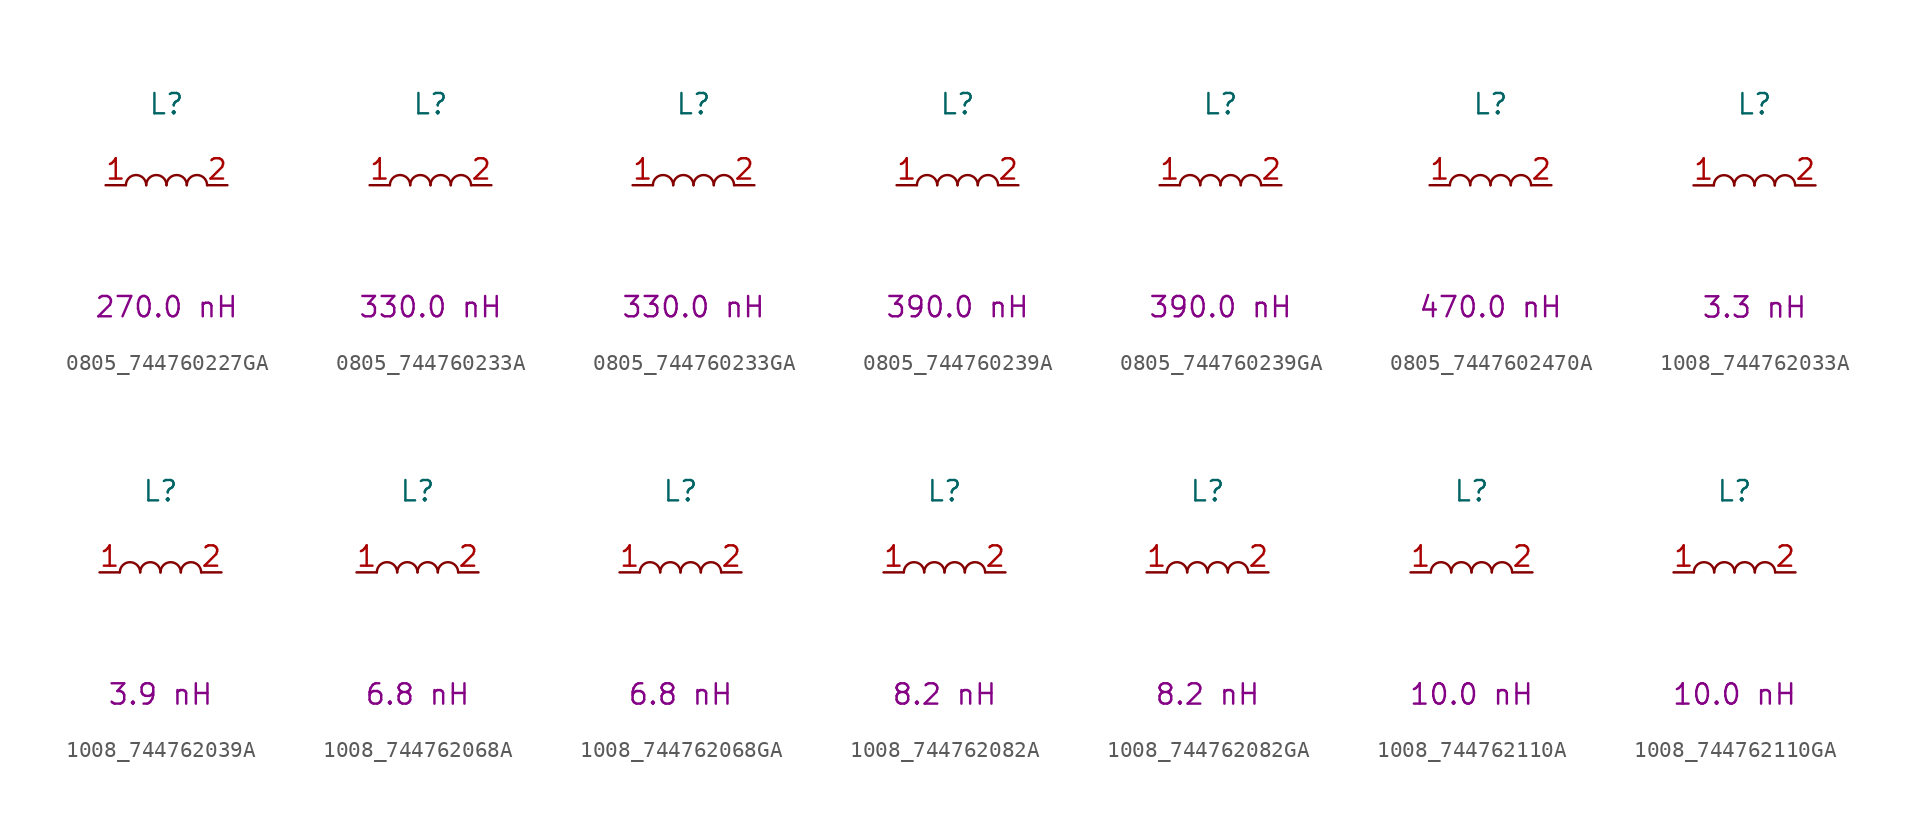
<source format=kicad_sym>
(kicad_symbol_lib
  (version 20220914)
  (generator kicad_symbol_editor)
  (symbol "0805_744760227GA"
    (pin_names hide)
    (property "Reference" "L"
      (at 0 5.08 0)
      (effects (font (size 1.27 1.27))))
    (property "Critical Parameter" "270.0 nH"
      (at 0 -7.62 0)
      (effects (font (size 1.27 1.27))))
    (symbol "0805_744760227GA_0_1"
      (arc (start -1.27 0) (mid -1.905 0.6323) (end -2.54 0) (stroke (width 0) (type default)) (fill (type none)))
      (arc (start 0 0) (mid -0.635 0.6323) (end -1.27 0) (stroke (width 0) (type default)) (fill (type none)))
      (arc (start 1.27 0) (mid 0.635 0.6323) (end 0 0) (stroke (width 0) (type default)) (fill (type none)))
      (arc (start 2.54 0) (mid 1.905 0.6323) (end 1.27 0) (stroke (width 0) (type default)) (fill (type none))))
    (symbol "0805_744760227GA_1_1"
      (pin passive line (at -3.81 0 0) (length 1.27) (name "1" (effects (font (size 1.27 1.27)))) (number "1" (effects (font (size 1.27 1.27)))))
      (pin passive line (at 3.81 0 180) (length 1.27) (name "2" (effects (font (size 1.27 1.27)))) (number "2" (effects (font (size 1.27 1.27)))))))
  (symbol "0805_744760233A"
    (pin_names hide)
    (property "Reference" "L"
      (at 0 5.08 0)
      (effects (font (size 1.27 1.27))))
    (property "Critical Parameter" "330.0 nH"
      (at 0 -7.62 0)
      (effects (font (size 1.27 1.27))))
    (symbol "0805_744760233A_0_1"
      (arc (start -1.27 0) (mid -1.905 0.6323) (end -2.54 0) (stroke (width 0) (type default)) (fill (type none)))
      (arc (start 0 0) (mid -0.635 0.6323) (end -1.27 0) (stroke (width 0) (type default)) (fill (type none)))
      (arc (start 1.27 0) (mid 0.635 0.6323) (end 0 0) (stroke (width 0) (type default)) (fill (type none)))
      (arc (start 2.54 0) (mid 1.905 0.6323) (end 1.27 0) (stroke (width 0) (type default)) (fill (type none))))
    (symbol "0805_744760233A_1_1"
      (pin passive line (at -3.81 0 0) (length 1.27) (name "1" (effects (font (size 1.27 1.27)))) (number "1" (effects (font (size 1.27 1.27)))))
      (pin passive line (at 3.81 0 180) (length 1.27) (name "2" (effects (font (size 1.27 1.27)))) (number "2" (effects (font (size 1.27 1.27)))))))
  (symbol "0805_744760233GA"
    (pin_names hide)
    (property "Reference" "L"
      (at 0 5.08 0)
      (effects (font (size 1.27 1.27))))
    (property "Critical Parameter" "330.0 nH"
      (at 0 -7.62 0)
      (effects (font (size 1.27 1.27))))
    (symbol "0805_744760233GA_0_1"
      (arc (start -1.27 0) (mid -1.905 0.6323) (end -2.54 0) (stroke (width 0) (type default)) (fill (type none)))
      (arc (start 0 0) (mid -0.635 0.6323) (end -1.27 0) (stroke (width 0) (type default)) (fill (type none)))
      (arc (start 1.27 0) (mid 0.635 0.6323) (end 0 0) (stroke (width 0) (type default)) (fill (type none)))
      (arc (start 2.54 0) (mid 1.905 0.6323) (end 1.27 0) (stroke (width 0) (type default)) (fill (type none))))
    (symbol "0805_744760233GA_1_1"
      (pin passive line (at -3.81 0 0) (length 1.27) (name "1" (effects (font (size 1.27 1.27)))) (number "1" (effects (font (size 1.27 1.27)))))
      (pin passive line (at 3.81 0 180) (length 1.27) (name "2" (effects (font (size 1.27 1.27)))) (number "2" (effects (font (size 1.27 1.27)))))))
  (symbol "0805_744760239A"
    (pin_names hide)
    (property "Reference" "L"
      (at 0 5.08 0)
      (effects (font (size 1.27 1.27))))
    (property "Critical Parameter" "390.0 nH"
      (at 0 -7.62 0)
      (effects (font (size 1.27 1.27))))
    (symbol "0805_744760239A_0_1"
      (arc (start -1.27 0) (mid -1.905 0.6323) (end -2.54 0) (stroke (width 0) (type default)) (fill (type none)))
      (arc (start 0 0) (mid -0.635 0.6323) (end -1.27 0) (stroke (width 0) (type default)) (fill (type none)))
      (arc (start 1.27 0) (mid 0.635 0.6323) (end 0 0) (stroke (width 0) (type default)) (fill (type none)))
      (arc (start 2.54 0) (mid 1.905 0.6323) (end 1.27 0) (stroke (width 0) (type default)) (fill (type none))))
    (symbol "0805_744760239A_1_1"
      (pin passive line (at -3.81 0 0) (length 1.27) (name "1" (effects (font (size 1.27 1.27)))) (number "1" (effects (font (size 1.27 1.27)))))
      (pin passive line (at 3.81 0 180) (length 1.27) (name "2" (effects (font (size 1.27 1.27)))) (number "2" (effects (font (size 1.27 1.27)))))))
  (symbol "0805_744760239GA"
    (pin_names hide)
    (property "Reference" "L"
      (at 0 5.08 0)
      (effects (font (size 1.27 1.27))))
    (property "Critical Parameter" "390.0 nH"
      (at 0 -7.62 0)
      (effects (font (size 1.27 1.27))))
    (symbol "0805_744760239GA_0_1"
      (arc (start -1.27 0) (mid -1.905 0.6323) (end -2.54 0) (stroke (width 0) (type default)) (fill (type none)))
      (arc (start 0 0) (mid -0.635 0.6323) (end -1.27 0) (stroke (width 0) (type default)) (fill (type none)))
      (arc (start 1.27 0) (mid 0.635 0.6323) (end 0 0) (stroke (width 0) (type default)) (fill (type none)))
      (arc (start 2.54 0) (mid 1.905 0.6323) (end 1.27 0) (stroke (width 0) (type default)) (fill (type none))))
    (symbol "0805_744760239GA_1_1"
      (pin passive line (at -3.81 0 0) (length 1.27) (name "1" (effects (font (size 1.27 1.27)))) (number "1" (effects (font (size 1.27 1.27)))))
      (pin passive line (at 3.81 0 180) (length 1.27) (name "2" (effects (font (size 1.27 1.27)))) (number "2" (effects (font (size 1.27 1.27)))))))
  (symbol "0805_7447602470A"
    (pin_names hide)
    (property "Reference" "L"
      (at 0 5.08 0)
      (effects (font (size 1.27 1.27))))
    (property "Critical Parameter" "470.0 nH"
      (at 0 -7.62 0)
      (effects (font (size 1.27 1.27))))
    (symbol "0805_7447602470A_0_1"
      (arc (start -1.27 0) (mid -1.905 0.6323) (end -2.54 0) (stroke (width 0) (type default)) (fill (type none)))
      (arc (start 0 0) (mid -0.635 0.6323) (end -1.27 0) (stroke (width 0) (type default)) (fill (type none)))
      (arc (start 1.27 0) (mid 0.635 0.6323) (end 0 0) (stroke (width 0) (type default)) (fill (type none)))
      (arc (start 2.54 0) (mid 1.905 0.6323) (end 1.27 0) (stroke (width 0) (type default)) (fill (type none))))
    (symbol "0805_7447602470A_1_1"
      (pin passive line (at -3.81 0 0) (length 1.27) (name "1" (effects (font (size 1.27 1.27)))) (number "1" (effects (font (size 1.27 1.27)))))
      (pin passive line (at 3.81 0 180) (length 1.27) (name "2" (effects (font (size 1.27 1.27)))) (number "2" (effects (font (size 1.27 1.27)))))))
  (symbol "1008_744762033A"
    (pin_names hide)
    (property "Reference" "L"
      (at 0 5.08 0)
      (effects (font (size 1.27 1.27))))
    (property "Critical Parameter" "3.3 nH"
      (at 0 -7.62 0)
      (effects (font (size 1.27 1.27))))
    (symbol "1008_744762033A_0_1"
      (arc (start -1.27 0) (mid -1.905 0.6323) (end -2.54 0) (stroke (width 0) (type default)) (fill (type none)))
      (arc (start 0 0) (mid -0.635 0.6323) (end -1.27 0) (stroke (width 0) (type default)) (fill (type none)))
      (arc (start 1.27 0) (mid 0.635 0.6323) (end 0 0) (stroke (width 0) (type default)) (fill (type none)))
      (arc (start 2.54 0) (mid 1.905 0.6323) (end 1.27 0) (stroke (width 0) (type default)) (fill (type none))))
    (symbol "1008_744762033A_1_1"
      (pin passive line (at -3.81 0 0) (length 1.27) (name "1" (effects (font (size 1.27 1.27)))) (number "1" (effects (font (size 1.27 1.27)))))
      (pin passive line (at 3.81 0 180) (length 1.27) (name "2" (effects (font (size 1.27 1.27)))) (number "2" (effects (font (size 1.27 1.27)))))))
  (symbol "1008_744762039A"
    (pin_names hide)
    (property "Reference" "L"
      (at 0 5.08 0)
      (effects (font (size 1.27 1.27))))
    (property "Critical Parameter" "3.9 nH"
      (at 0 -7.62 0)
      (effects (font (size 1.27 1.27))))
    (symbol "1008_744762039A_0_1"
      (arc (start -1.27 0) (mid -1.905 0.6323) (end -2.54 0) (stroke (width 0) (type default)) (fill (type none)))
      (arc (start 0 0) (mid -0.635 0.6323) (end -1.27 0) (stroke (width 0) (type default)) (fill (type none)))
      (arc (start 1.27 0) (mid 0.635 0.6323) (end 0 0) (stroke (width 0) (type default)) (fill (type none)))
      (arc (start 2.54 0) (mid 1.905 0.6323) (end 1.27 0) (stroke (width 0) (type default)) (fill (type none))))
    (symbol "1008_744762039A_1_1"
      (pin passive line (at -3.81 0 0) (length 1.27) (name "1" (effects (font (size 1.27 1.27)))) (number "1" (effects (font (size 1.27 1.27)))))
      (pin passive line (at 3.81 0 180) (length 1.27) (name "2" (effects (font (size 1.27 1.27)))) (number "2" (effects (font (size 1.27 1.27)))))))
  (symbol "1008_744762068A"
    (pin_names hide)
    (property "Reference" "L"
      (at 0 5.08 0)
      (effects (font (size 1.27 1.27))))
    (property "Critical Parameter" "6.8 nH"
      (at 0 -7.62 0)
      (effects (font (size 1.27 1.27))))
    (symbol "1008_744762068A_0_1"
      (arc (start -1.27 0) (mid -1.905 0.6323) (end -2.54 0) (stroke (width 0) (type default)) (fill (type none)))
      (arc (start 0 0) (mid -0.635 0.6323) (end -1.27 0) (stroke (width 0) (type default)) (fill (type none)))
      (arc (start 1.27 0) (mid 0.635 0.6323) (end 0 0) (stroke (width 0) (type default)) (fill (type none)))
      (arc (start 2.54 0) (mid 1.905 0.6323) (end 1.27 0) (stroke (width 0) (type default)) (fill (type none))))
    (symbol "1008_744762068A_1_1"
      (pin passive line (at -3.81 0 0) (length 1.27) (name "1" (effects (font (size 1.27 1.27)))) (number "1" (effects (font (size 1.27 1.27)))))
      (pin passive line (at 3.81 0 180) (length 1.27) (name "2" (effects (font (size 1.27 1.27)))) (number "2" (effects (font (size 1.27 1.27)))))))
  (symbol "1008_744762068GA"
    (pin_names hide)
    (property "Reference" "L"
      (at 0 5.08 0)
      (effects (font (size 1.27 1.27))))
    (property "Critical Parameter" "6.8 nH"
      (at 0 -7.62 0)
      (effects (font (size 1.27 1.27))))
    (symbol "1008_744762068GA_0_1"
      (arc (start -1.27 0) (mid -1.905 0.6323) (end -2.54 0) (stroke (width 0) (type default)) (fill (type none)))
      (arc (start 0 0) (mid -0.635 0.6323) (end -1.27 0) (stroke (width 0) (type default)) (fill (type none)))
      (arc (start 1.27 0) (mid 0.635 0.6323) (end 0 0) (stroke (width 0) (type default)) (fill (type none)))
      (arc (start 2.54 0) (mid 1.905 0.6323) (end 1.27 0) (stroke (width 0) (type default)) (fill (type none))))
    (symbol "1008_744762068GA_1_1"
      (pin passive line (at -3.81 0 0) (length 1.27) (name "1" (effects (font (size 1.27 1.27)))) (number "1" (effects (font (size 1.27 1.27)))))
      (pin passive line (at 3.81 0 180) (length 1.27) (name "2" (effects (font (size 1.27 1.27)))) (number "2" (effects (font (size 1.27 1.27)))))))
  (symbol "1008_744762082A"
    (pin_names hide)
    (property "Reference" "L"
      (at 0 5.08 0)
      (effects (font (size 1.27 1.27))))
    (property "Critical Parameter" "8.2 nH"
      (at 0 -7.62 0)
      (effects (font (size 1.27 1.27))))
    (symbol "1008_744762082A_0_1"
      (arc (start -1.27 0) (mid -1.905 0.6323) (end -2.54 0) (stroke (width 0) (type default)) (fill (type none)))
      (arc (start 0 0) (mid -0.635 0.6323) (end -1.27 0) (stroke (width 0) (type default)) (fill (type none)))
      (arc (start 1.27 0) (mid 0.635 0.6323) (end 0 0) (stroke (width 0) (type default)) (fill (type none)))
      (arc (start 2.54 0) (mid 1.905 0.6323) (end 1.27 0) (stroke (width 0) (type default)) (fill (type none))))
    (symbol "1008_744762082A_1_1"
      (pin passive line (at -3.81 0 0) (length 1.27) (name "1" (effects (font (size 1.27 1.27)))) (number "1" (effects (font (size 1.27 1.27)))))
      (pin passive line (at 3.81 0 180) (length 1.27) (name "2" (effects (font (size 1.27 1.27)))) (number "2" (effects (font (size 1.27 1.27)))))))
  (symbol "1008_744762082GA"
    (pin_names hide)
    (property "Reference" "L"
      (at 0 5.08 0)
      (effects (font (size 1.27 1.27))))
    (property "Critical Parameter" "8.2 nH"
      (at 0 -7.62 0)
      (effects (font (size 1.27 1.27))))
    (symbol "1008_744762082GA_0_1"
      (arc (start -1.27 0) (mid -1.905 0.6323) (end -2.54 0) (stroke (width 0) (type default)) (fill (type none)))
      (arc (start 0 0) (mid -0.635 0.6323) (end -1.27 0) (stroke (width 0) (type default)) (fill (type none)))
      (arc (start 1.27 0) (mid 0.635 0.6323) (end 0 0) (stroke (width 0) (type default)) (fill (type none)))
      (arc (start 2.54 0) (mid 1.905 0.6323) (end 1.27 0) (stroke (width 0) (type default)) (fill (type none))))
    (symbol "1008_744762082GA_1_1"
      (pin passive line (at -3.81 0 0) (length 1.27) (name "1" (effects (font (size 1.27 1.27)))) (number "1" (effects (font (size 1.27 1.27)))))
      (pin passive line (at 3.81 0 180) (length 1.27) (name "2" (effects (font (size 1.27 1.27)))) (number "2" (effects (font (size 1.27 1.27)))))))
  (symbol "1008_744762110A"
    (pin_names hide)
    (property "Reference" "L"
      (at 0 5.08 0)
      (effects (font (size 1.27 1.27))))
    (property "Critical Parameter" "10.0 nH"
      (at 0 -7.62 0)
      (effects (font (size 1.27 1.27))))
    (symbol "1008_744762110A_0_1"
      (arc (start -1.27 0) (mid -1.905 0.6323) (end -2.54 0) (stroke (width 0) (type default)) (fill (type none)))
      (arc (start 0 0) (mid -0.635 0.6323) (end -1.27 0) (stroke (width 0) (type default)) (fill (type none)))
      (arc (start 1.27 0) (mid 0.635 0.6323) (end 0 0) (stroke (width 0) (type default)) (fill (type none)))
      (arc (start 2.54 0) (mid 1.905 0.6323) (end 1.27 0) (stroke (width 0) (type default)) (fill (type none))))
    (symbol "1008_744762110A_1_1"
      (pin passive line (at -3.81 0 0) (length 1.27) (name "1" (effects (font (size 1.27 1.27)))) (number "1" (effects (font (size 1.27 1.27)))))
      (pin passive line (at 3.81 0 180) (length 1.27) (name "2" (effects (font (size 1.27 1.27)))) (number "2" (effects (font (size 1.27 1.27)))))))
  (symbol "1008_744762110GA"
    (pin_names hide)
    (property "Reference" "L"
      (at 0 5.08 0)
      (effects (font (size 1.27 1.27))))
    (property "Critical Parameter" "10.0 nH"
      (at 0 -7.62 0)
      (effects (font (size 1.27 1.27))))
    (symbol "1008_744762110GA_0_1"
      (arc (start -1.27 0) (mid -1.905 0.6323) (end -2.54 0) (stroke (width 0) (type default)) (fill (type none)))
      (arc (start 0 0) (mid -0.635 0.6323) (end -1.27 0) (stroke (width 0) (type default)) (fill (type none)))
      (arc (start 1.27 0) (mid 0.635 0.6323) (end 0 0) (stroke (width 0) (type default)) (fill (type none)))
      (arc (start 2.54 0) (mid 1.905 0.6323) (end 1.27 0) (stroke (width 0) (type default)) (fill (type none))))
    (symbol "1008_744762110GA_1_1"
      (pin passive line (at -3.81 0 0) (length 1.27) (name "1" (effects (font (size 1.27 1.27)))) (number "1" (effects (font (size 1.27 1.27)))))
      (pin passive line (at 3.81 0 180) (length 1.27) (name "2" (effects (font (size 1.27 1.27)))) (number "2" (effects (font (size 1.27 1.27))))))))
</source>
